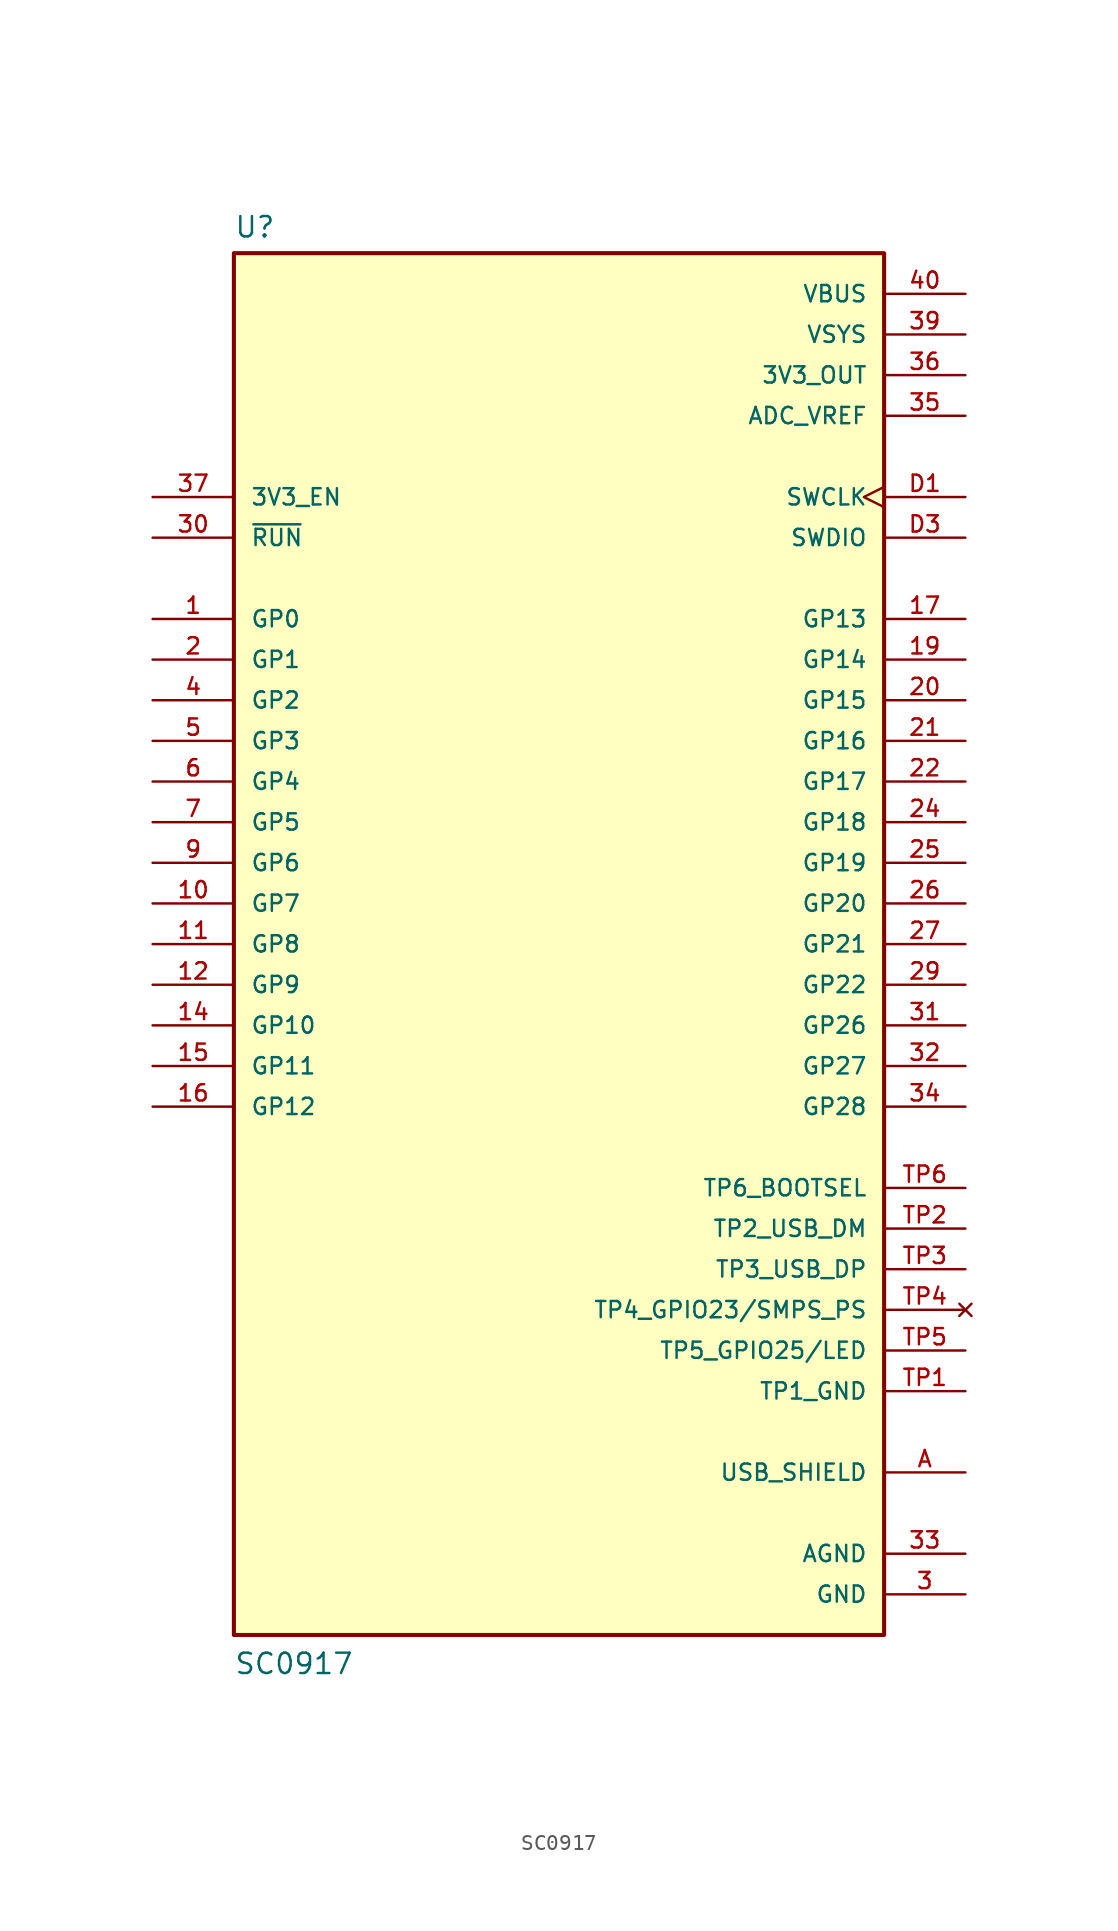
<source format=kicad_sym>
(kicad_symbol_lib
  (version 20211014)
  (generator kicad_symbol_editor)
  (symbol "SC0917"
    (pin_names
      (offset 1.016))
    (property "Reference" "U"
      (at -20.32 44.069 0)
      (effects (font (size 1.27 1.27)) (justify bottom left)))
    (property "Value" "SC0917"
      (at -20.32 -45.72 0)
      (effects (font (size 1.27 1.27)) (justify bottom left)))
    (symbol "SC0917_0_0"
      (rectangle (start -20.32 -43.18) (end 20.32 43.18) (stroke (width 0.254)) (fill (type background)))
      (pin bidirectional line (at -25.4 20.32 0) (length 5.08) (name "GP0" (effects (font (size 1.016 1.016)))) (number "1" (effects (font (size 1.016 1.016)))))
      (pin bidirectional line (at -25.4 17.78 0) (length 5.08) (name "GP1" (effects (font (size 1.016 1.016)))) (number "2" (effects (font (size 1.016 1.016)))))
      (pin power_in line (at 25.4 -40.64 180.0) (length 5.08) (name "GND" (effects (font (size 1.016 1.016)))) (number "3" (effects (font (size 1.016 1.016)))))
      (pin power_in line (at 25.4 -40.64 180.0) (length 5.08) hide (name "GND" (effects (font (size 1.016 1.016)))) (number "8" (effects (font (size 1.016 1.016)))))
      (pin power_in line (at 25.4 -40.64 180.0) (length 5.08) hide (name "GND" (effects (font (size 1.016 1.016)))) (number "13" (effects (font (size 1.016 1.016)))))
      (pin power_in line (at 25.4 -40.64 180.0) (length 5.08) hide (name "GND" (effects (font (size 1.016 1.016)))) (number "18" (effects (font (size 1.016 1.016)))))
      (pin power_in line (at 25.4 -40.64 180.0) (length 5.08) hide (name "GND" (effects (font (size 1.016 1.016)))) (number "23" (effects (font (size 1.016 1.016)))))
      (pin power_in line (at 25.4 -40.64 180.0) (length 5.08) hide (name "GND" (effects (font (size 1.016 1.016)))) (number "28" (effects (font (size 1.016 1.016)))))
      (pin power_in line (at 25.4 -40.64 180.0) (length 5.08) hide (name "GND" (effects (font (size 1.016 1.016)))) (number "38" (effects (font (size 1.016 1.016)))))
      (pin power_in line (at 25.4 -40.64 180.0) (length 5.08) hide (name "GND" (effects (font (size 1.016 1.016)))) (number "D2" (effects (font (size 1.016 1.016)))))
      (pin bidirectional line (at -25.4 15.24 0) (length 5.08) (name "GP2" (effects (font (size 1.016 1.016)))) (number "4" (effects (font (size 1.016 1.016)))))
      (pin bidirectional line (at -25.4 12.7 0) (length 5.08) (name "GP3" (effects (font (size 1.016 1.016)))) (number "5" (effects (font (size 1.016 1.016)))))
      (pin bidirectional line (at -25.4 10.16 0) (length 5.08) (name "GP4" (effects (font (size 1.016 1.016)))) (number "6" (effects (font (size 1.016 1.016)))))
      (pin bidirectional line (at -25.4 7.62 0) (length 5.08) (name "GP5" (effects (font (size 1.016 1.016)))) (number "7" (effects (font (size 1.016 1.016)))))
      (pin bidirectional line (at -25.4 5.08 0) (length 5.08) (name "GP6" (effects (font (size 1.016 1.016)))) (number "9" (effects (font (size 1.016 1.016)))))
      (pin bidirectional line (at -25.4 2.54 0) (length 5.08) (name "GP7" (effects (font (size 1.016 1.016)))) (number "10" (effects (font (size 1.016 1.016)))))
      (pin bidirectional line (at -25.4 -2.54 0) (length 5.08) (name "GP9" (effects (font (size 1.016 1.016)))) (number "12" (effects (font (size 1.016 1.016)))))
      (pin bidirectional line (at -25.4 0.0 0) (length 5.08) (name "GP8" (effects (font (size 1.016 1.016)))) (number "11" (effects (font (size 1.016 1.016)))))
      (pin bidirectional line (at -25.4 -5.08 0) (length 5.08) (name "GP10" (effects (font (size 1.016 1.016)))) (number "14" (effects (font (size 1.016 1.016)))))
      (pin bidirectional line (at -25.4 -7.62 0) (length 5.08) (name "GP11" (effects (font (size 1.016 1.016)))) (number "15" (effects (font (size 1.016 1.016)))))
      (pin bidirectional line (at -25.4 -10.16 0) (length 5.08) (name "GP12" (effects (font (size 1.016 1.016)))) (number "16" (effects (font (size 1.016 1.016)))))
      (pin bidirectional line (at 25.4 20.32 180.0) (length 5.08) (name "GP13" (effects (font (size 1.016 1.016)))) (number "17" (effects (font (size 1.016 1.016)))))
      (pin bidirectional line (at 25.4 17.78 180.0) (length 5.08) (name "GP14" (effects (font (size 1.016 1.016)))) (number "19" (effects (font (size 1.016 1.016)))))
      (pin bidirectional line (at 25.4 15.24 180.0) (length 5.08) (name "GP15" (effects (font (size 1.016 1.016)))) (number "20" (effects (font (size 1.016 1.016)))))
      (pin bidirectional line (at 25.4 12.7 180.0) (length 5.08) (name "GP16" (effects (font (size 1.016 1.016)))) (number "21" (effects (font (size 1.016 1.016)))))
      (pin bidirectional line (at 25.4 10.16 180.0) (length 5.08) (name "GP17" (effects (font (size 1.016 1.016)))) (number "22" (effects (font (size 1.016 1.016)))))
      (pin bidirectional line (at 25.4 7.62 180.0) (length 5.08) (name "GP18" (effects (font (size 1.016 1.016)))) (number "24" (effects (font (size 1.016 1.016)))))
      (pin bidirectional line (at 25.4 5.08 180.0) (length 5.08) (name "GP19" (effects (font (size 1.016 1.016)))) (number "25" (effects (font (size 1.016 1.016)))))
      (pin bidirectional line (at 25.4 2.54 180.0) (length 5.08) (name "GP20" (effects (font (size 1.016 1.016)))) (number "26" (effects (font (size 1.016 1.016)))))
      (pin bidirectional line (at 25.4 0.0 180.0) (length 5.08) (name "GP21" (effects (font (size 1.016 1.016)))) (number "27" (effects (font (size 1.016 1.016)))))
      (pin bidirectional line (at 25.4 -2.54 180.0) (length 5.08) (name "GP22" (effects (font (size 1.016 1.016)))) (number "29" (effects (font (size 1.016 1.016)))))
      (pin input line (at -25.4 25.4 0) (length 5.08) (name "~{RUN}" (effects (font (size 1.016 1.016)))) (number "30" (effects (font (size 1.016 1.016)))))
      (pin bidirectional line (at 25.4 -5.08 180.0) (length 5.08) (name "GP26" (effects (font (size 1.016 1.016)))) (number "31" (effects (font (size 1.016 1.016)))))
      (pin bidirectional line (at 25.4 -7.62 180.0) (length 5.08) (name "GP27" (effects (font (size 1.016 1.016)))) (number "32" (effects (font (size 1.016 1.016)))))
      (pin power_in line (at 25.4 -38.1 180.0) (length 5.08) (name "AGND" (effects (font (size 1.016 1.016)))) (number "33" (effects (font (size 1.016 1.016)))))
      (pin bidirectional line (at 25.4 -10.16 180.0) (length 5.08) (name "GP28" (effects (font (size 1.016 1.016)))) (number "34" (effects (font (size 1.016 1.016)))))
      (pin power_in line (at 25.4 33.02 180.0) (length 5.08) (name "ADC_VREF" (effects (font (size 1.016 1.016)))) (number "35" (effects (font (size 1.016 1.016)))))
      (pin power_in line (at 25.4 35.56 180.0) (length 5.08) (name "3V3_OUT" (effects (font (size 1.016 1.016)))) (number "36" (effects (font (size 1.016 1.016)))))
      (pin input line (at -25.4 27.94 0) (length 5.08) (name "3V3_EN" (effects (font (size 1.016 1.016)))) (number "37" (effects (font (size 1.016 1.016)))))
      (pin power_in line (at 25.4 38.1 180.0) (length 5.08) (name "VSYS" (effects (font (size 1.016 1.016)))) (number "39" (effects (font (size 1.016 1.016)))))
      (pin power_in line (at 25.4 40.64 180.0) (length 5.08) (name "VBUS" (effects (font (size 1.016 1.016)))) (number "40" (effects (font (size 1.016 1.016)))))
      (pin input clock (at 25.4 27.94 180.0) (length 5.08) (name "SWCLK" (effects (font (size 1.016 1.016)))) (number "D1" (effects (font (size 1.016 1.016)))))
      (pin bidirectional line (at 25.4 25.4 180.0) (length 5.08) (name "SWDIO" (effects (font (size 1.016 1.016)))) (number "D3" (effects (font (size 1.016 1.016)))))
      (pin power_in line (at 25.4 -27.94 180.0) (length 5.08) (name "TP1_GND" (effects (font (size 1.016 1.016)))) (number "TP1" (effects (font (size 1.016 1.016)))))
      (pin bidirectional line (at 25.4 -17.78 180.0) (length 5.08) (name "TP2_USB_DM" (effects (font (size 1.016 1.016)))) (number "TP2" (effects (font (size 1.016 1.016)))))
      (pin bidirectional line (at 25.4 -20.32 180.0) (length 5.08) (name "TP3_USB_DP" (effects (font (size 1.016 1.016)))) (number "TP3" (effects (font (size 1.016 1.016)))))
      (pin no_connect line (at 25.4 -22.86 180.0) (length 5.08) (name "TP4_GPIO23/SMPS_PS" (effects (font (size 1.016 1.016)))) (number "TP4" (effects (font (size 1.016 1.016)))))
      (pin output line (at 25.4 -25.4 180.0) (length 5.08) (name "TP5_GPIO25/LED" (effects (font (size 1.016 1.016)))) (number "TP5" (effects (font (size 1.016 1.016)))))
      (pin input line (at 25.4 -15.24 180.0) (length 5.08) (name "TP6_BOOTSEL" (effects (font (size 1.016 1.016)))) (number "TP6" (effects (font (size 1.016 1.016)))))
      (pin power_in line (at 25.4 -33.02 180.0) (length 5.08) (name "USB_SHIELD" (effects (font (size 1.016 1.016)))) (number "A" (effects (font (size 1.016 1.016)))))
      (pin power_in line (at 25.4 -33.02 180.0) (length 5.08) hide (name "USB_SHIELD" (effects (font (size 1.016 1.016)))) (number "B" (effects (font (size 1.016 1.016)))))
      (pin power_in line (at 25.4 -33.02 180.0) (length 5.08) hide (name "USB_SHIELD" (effects (font (size 1.016 1.016)))) (number "C" (effects (font (size 1.016 1.016)))))
      (pin power_in line (at 25.4 -33.02 180.0) (length 5.08) hide (name "USB_SHIELD" (effects (font (size 1.016 1.016)))) (number "D" (effects (font (size 1.016 1.016))))))))
</source>
